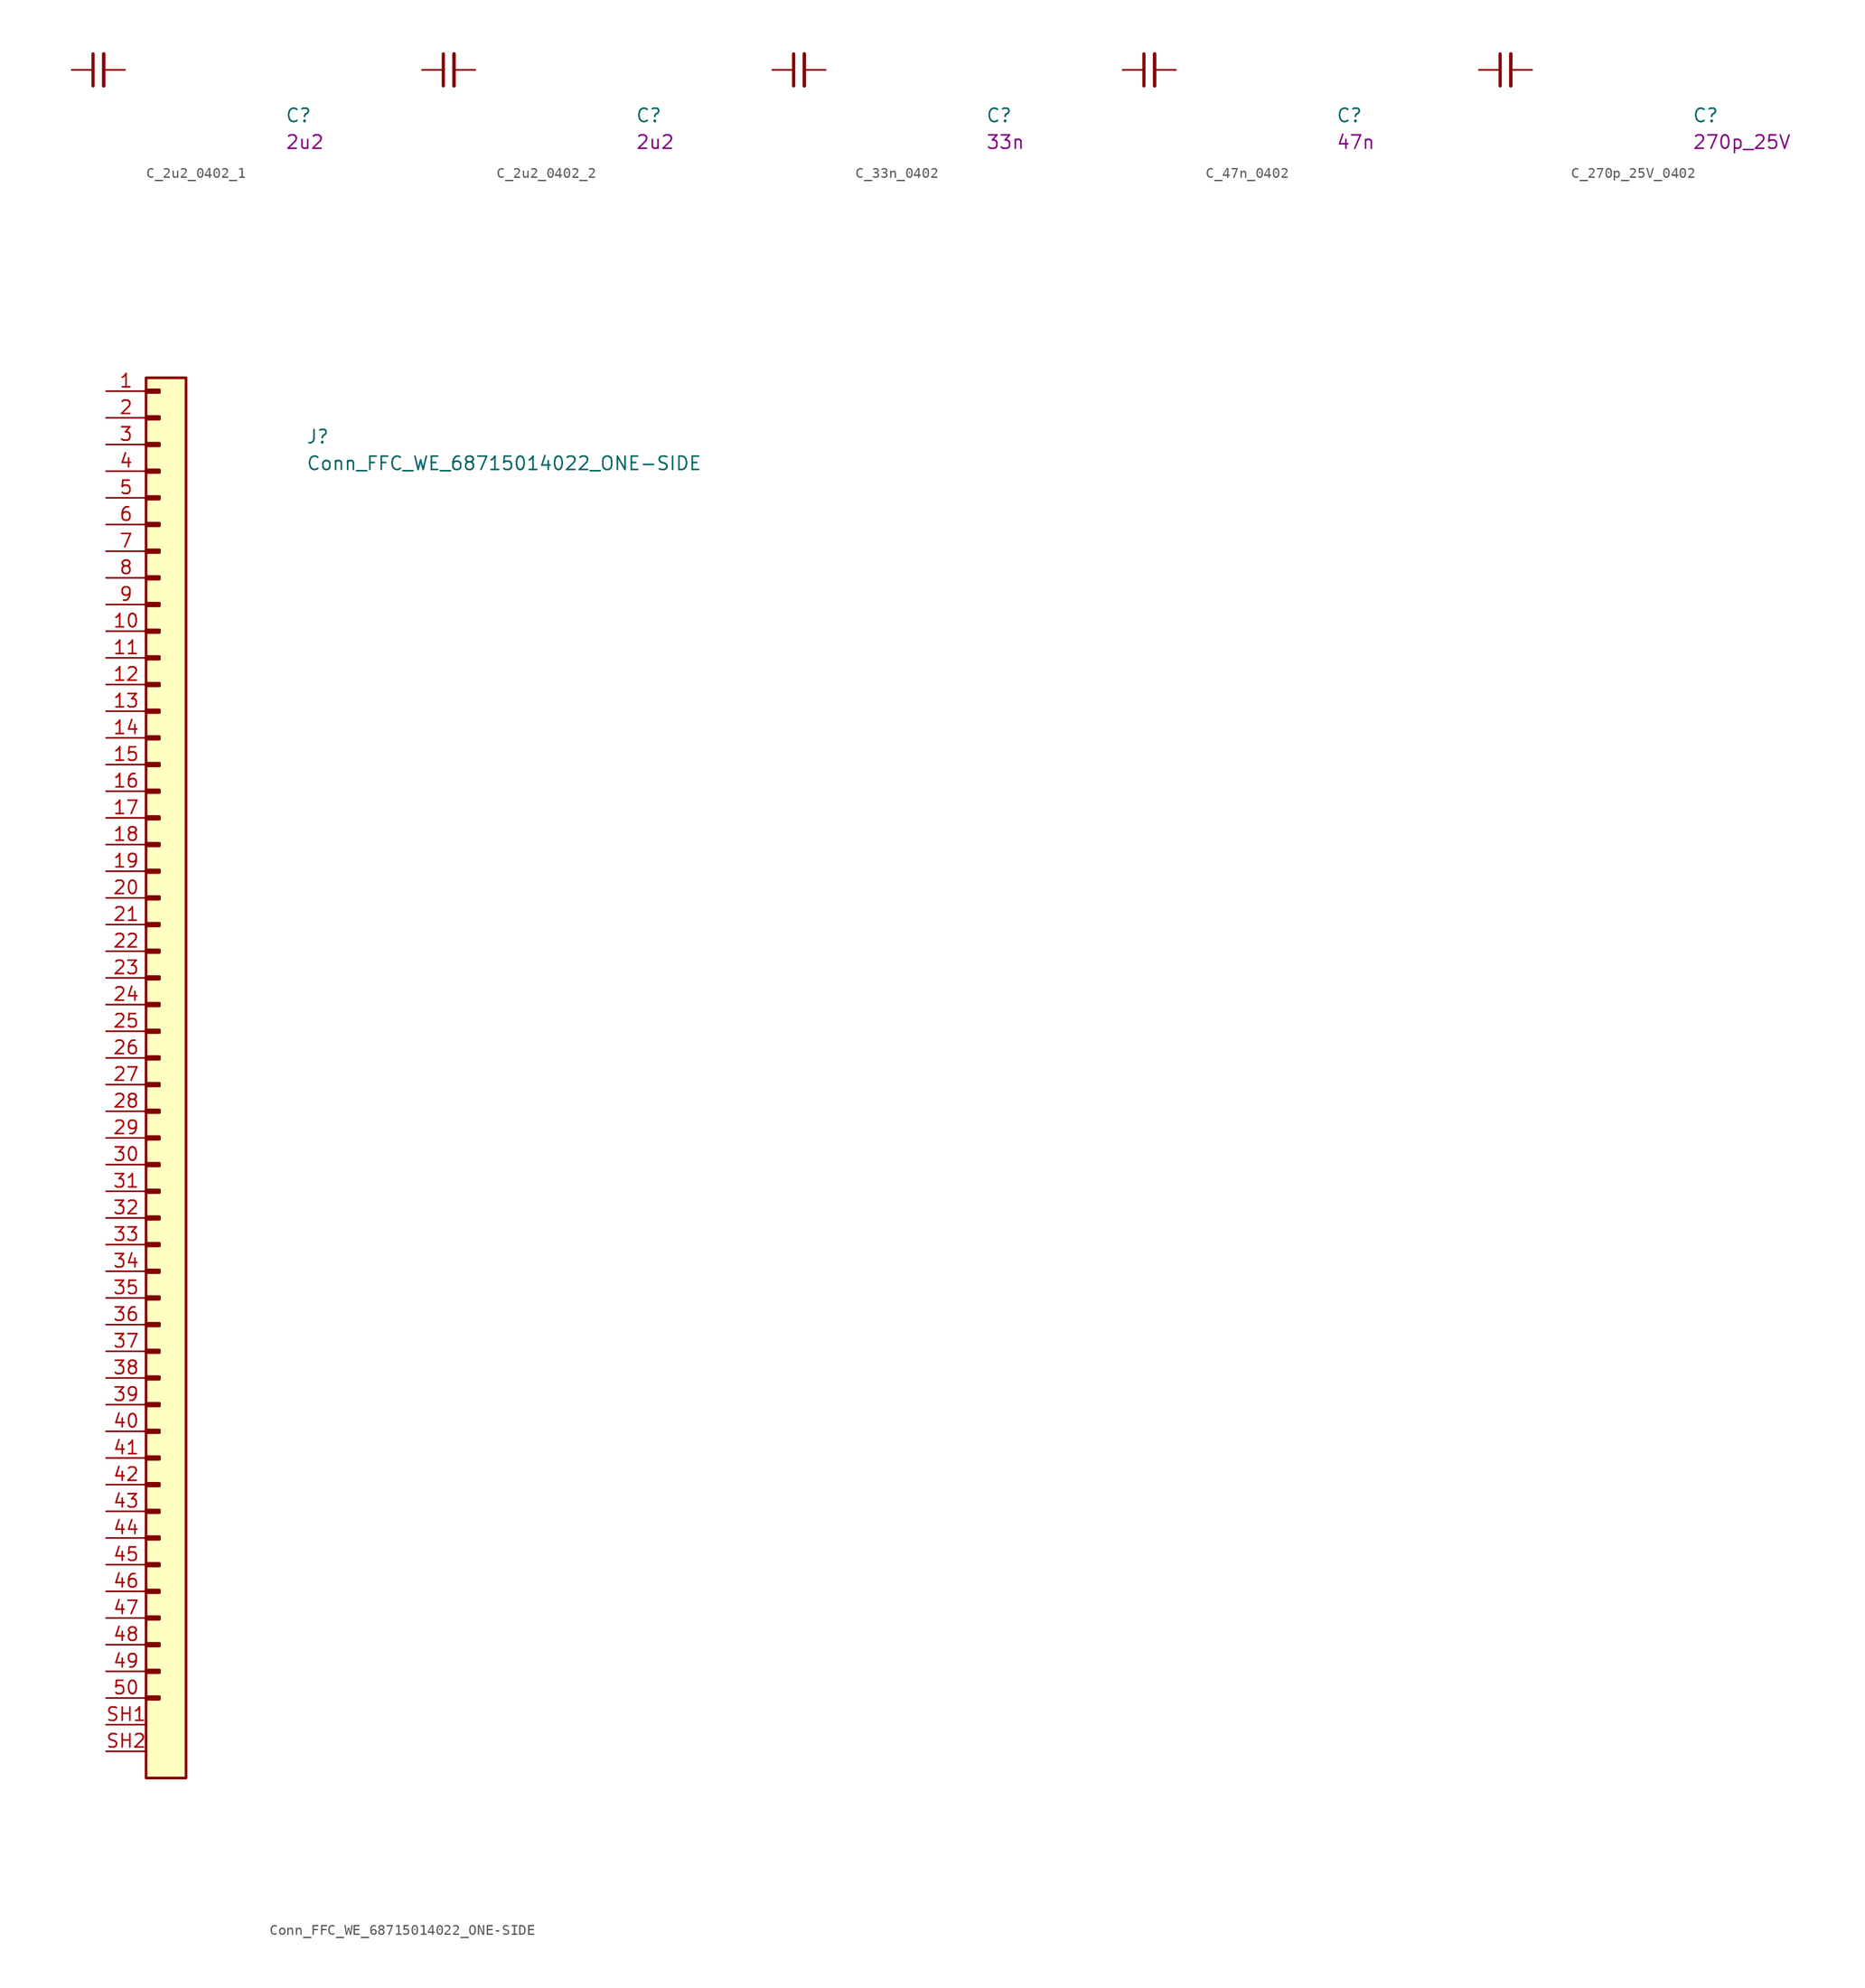
<source format=kicad_sym>
(kicad_symbol_lib
  (version 20231120)
  (generator "kicad_symbol_editor")
  (generator_version "8.0")
  (symbol "C_2u2_0402_1"
    (pin_numbers hide)
    (pin_names hide)
    (property "Reference" "C"
      (at 20.32 -5.08 0)
      (effects (font (size 1.27 1.27) (thickness 0.15)) (justify left bottom)))
    (property "Val" "2u2"
      (at 20.32 -7.62 0)
      (effects (font (size 1.27 1.27) (thickness 0.15)) (justify left bottom)))
    (symbol "C_2u2_0402_1_0_1"
      (polyline (pts (xy 2.032 -1.524) (xy 2.032 1.524)) (stroke (width 0.305) (type default)) (fill (type none)))
      (polyline (pts (xy 3.048 -1.524) (xy 3.048 1.524)) (stroke (width 0.33) (type default)) (fill (type none))))
    (symbol "C_2u2_0402_1_1_1"
      (pin passive line (at 0 0 0) (length 2.032) (name "~" (effects (font (size 1.27 1.27)))) (number "1" (effects (font (size 1.27 1.27)))))
      (pin passive line (at 5.08 0 180) (length 2.032) (name "~" (effects (font (size 1.27 1.27)))) (number "2" (effects (font (size 1.27 1.27)))))))
  (symbol "C_2u2_0402_2"
    (pin_numbers hide)
    (pin_names hide)
    (property "Reference" "C"
      (at 20.32 -5.08 0)
      (effects (font (size 1.27 1.27) (thickness 0.15)) (justify left bottom)))
    (property "Val" "2u2"
      (at 20.32 -7.62 0)
      (effects (font (size 1.27 1.27) (thickness 0.15)) (justify left bottom)))
    (symbol "C_2u2_0402_2_0_1"
      (polyline (pts (xy 2.032 -1.524) (xy 2.032 1.524)) (stroke (width 0.305) (type default)) (fill (type none)))
      (polyline (pts (xy 3.048 -1.524) (xy 3.048 1.524)) (stroke (width 0.33) (type default)) (fill (type none))))
    (symbol "C_2u2_0402_2_1_1"
      (pin passive line (at 0 0 0) (length 2.032) (name "~" (effects (font (size 1.27 1.27)))) (number "1" (effects (font (size 1.27 1.27)))))
      (pin passive line (at 5.08 0 180) (length 2.032) (name "~" (effects (font (size 1.27 1.27)))) (number "2" (effects (font (size 1.27 1.27)))))))
  (symbol "C_33n_0402"
    (pin_numbers hide)
    (pin_names hide)
    (property "Reference" "C"
      (at 20.32 -5.08 0)
      (effects (font (size 1.27 1.27) (thickness 0.15)) (justify left bottom)))
    (property "Val" "33n"
      (at 20.32 -7.62 0)
      (effects (font (size 1.27 1.27) (thickness 0.15)) (justify left bottom)))
    (symbol "C_33n_0402_0_1"
      (polyline (pts (xy 2.032 -1.524) (xy 2.032 1.524)) (stroke (width 0.305) (type default)) (fill (type none)))
      (polyline (pts (xy 3.048 -1.524) (xy 3.048 1.524)) (stroke (width 0.33) (type default)) (fill (type none))))
    (symbol "C_33n_0402_1_1"
      (pin passive line (at 0 0 0) (length 2.032) (name "~" (effects (font (size 1.27 1.27)))) (number "1" (effects (font (size 1.27 1.27)))))
      (pin passive line (at 5.08 0 180) (length 2.032) (name "~" (effects (font (size 1.27 1.27)))) (number "2" (effects (font (size 1.27 1.27)))))))
  (symbol "C_47n_0402"
    (pin_numbers hide)
    (pin_names hide)
    (property "Reference" "C"
      (at 20.32 -5.08 0)
      (effects (font (size 1.27 1.27) (thickness 0.15)) (justify left bottom)))
    (property "Val" "47n"
      (at 20.32 -7.62 0)
      (effects (font (size 1.27 1.27) (thickness 0.15)) (justify left bottom)))
    (symbol "C_47n_0402_0_1"
      (polyline (pts (xy 2.032 -1.524) (xy 2.032 1.524)) (stroke (width 0.305) (type default)) (fill (type none)))
      (polyline (pts (xy 3.048 -1.524) (xy 3.048 1.524)) (stroke (width 0.33) (type default)) (fill (type none))))
    (symbol "C_47n_0402_1_1"
      (pin passive line (at 0 0 0) (length 2.032) (name "~" (effects (font (size 1.27 1.27)))) (number "1" (effects (font (size 1.27 1.27)))))
      (pin passive line (at 5.08 0 180) (length 2.032) (name "~" (effects (font (size 1.27 1.27)))) (number "2" (effects (font (size 1.27 1.27)))))))
  (symbol "C_270p_25V_0402"
    (pin_numbers hide)
    (pin_names hide)
    (property "Reference" "C"
      (at 20.32 -5.08 0)
      (effects (font (size 1.27 1.27) (thickness 0.15)) (justify left bottom)))
    (property "Val" "270p_25V"
      (at 20.32 -7.62 0)
      (effects (font (size 1.27 1.27) (thickness 0.15)) (justify left bottom)))
    (symbol "C_270p_25V_0402_0_1"
      (polyline (pts (xy 2.032 -1.524) (xy 2.032 1.524)) (stroke (width 0.305) (type default)) (fill (type none)))
      (polyline (pts (xy 3.048 -1.524) (xy 3.048 1.524)) (stroke (width 0.33) (type default)) (fill (type none))))
    (symbol "C_270p_25V_0402_1_1"
      (pin passive line (at 0 0 0) (length 2.032) (name "~" (effects (font (size 1.27 1.27)))) (number "1" (effects (font (size 1.27 1.27)))))
      (pin passive line (at 5.08 0 180) (length 2.032) (name "~" (effects (font (size 1.27 1.27)))) (number "2" (effects (font (size 1.27 1.27)))))))
  (symbol "Conn_FFC_WE_68715014022_ONE-SIDE"
    (pin_names hide)
    (property "Reference" "J"
      (at 19.05 -5.08 0)
      (effects (font (size 1.27 1.27) (thickness 0.15)) (justify left bottom)))
    (property "Value" "Conn_FFC_WE_68715014022_ONE-SIDE"
      (at 19.05 -7.62 0)
      (effects (font (size 1.27 1.27) (thickness 0.15)) (justify left bottom)))
    (symbol "Conn_FFC_WE_68715014022_ONE-SIDE_1_1"
      (rectangle (start 3.81 -124.333) (end 5.08 -124.587) (stroke (width 0.254) (type default)) (fill (type background)))
      (rectangle (start 3.81 -121.793) (end 5.08 -122.047) (stroke (width 0.254) (type default)) (fill (type background)))
      (rectangle (start 3.81 -119.253) (end 5.08 -119.507) (stroke (width 0.254) (type default)) (fill (type background)))
      (rectangle (start 3.81 -116.713) (end 5.08 -116.967) (stroke (width 0.254) (type default)) (fill (type background)))
      (rectangle (start 3.81 -114.173) (end 5.08 -114.427) (stroke (width 0.254) (type default)) (fill (type background)))
      (rectangle (start 3.81 -111.633) (end 5.08 -111.887) (stroke (width 0.254) (type default)) (fill (type background)))
      (rectangle (start 3.81 -109.093) (end 5.08 -109.347) (stroke (width 0.254) (type default)) (fill (type background)))
      (rectangle (start 3.81 -106.553) (end 5.08 -106.807) (stroke (width 0.254) (type default)) (fill (type background)))
      (rectangle (start 3.81 -104.013) (end 5.08 -104.267) (stroke (width 0.254) (type default)) (fill (type background)))
      (rectangle (start 3.81 -101.473) (end 5.08 -101.727) (stroke (width 0.254) (type default)) (fill (type background)))
      (rectangle (start 3.81 -98.933) (end 5.08 -99.187) (stroke (width 0.254) (type default)) (fill (type background)))
      (rectangle (start 3.81 -96.393) (end 5.08 -96.647) (stroke (width 0.254) (type default)) (fill (type background)))
      (rectangle (start 3.81 -93.853) (end 5.08 -94.107) (stroke (width 0.254) (type default)) (fill (type background)))
      (rectangle (start 3.81 -91.313) (end 5.08 -91.567) (stroke (width 0.254) (type default)) (fill (type background)))
      (rectangle (start 3.81 -88.773) (end 5.08 -89.027) (stroke (width 0.254) (type default)) (fill (type background)))
      (rectangle (start 3.81 -86.233) (end 5.08 -86.487) (stroke (width 0.254) (type default)) (fill (type background)))
      (rectangle (start 3.81 -83.693) (end 5.08 -83.947) (stroke (width 0.254) (type default)) (fill (type background)))
      (rectangle (start 3.81 -81.153) (end 5.08 -81.407) (stroke (width 0.254) (type default)) (fill (type background)))
      (rectangle (start 3.81 -78.613) (end 5.08 -78.867) (stroke (width 0.254) (type default)) (fill (type background)))
      (rectangle (start 3.81 -76.073) (end 5.08 -76.327) (stroke (width 0.254) (type default)) (fill (type background)))
      (rectangle (start 3.81 -73.533) (end 5.08 -73.787) (stroke (width 0.254) (type default)) (fill (type background)))
      (rectangle (start 3.81 -70.993) (end 5.08 -71.247) (stroke (width 0.254) (type default)) (fill (type background)))
      (rectangle (start 3.81 -68.453) (end 5.08 -68.707) (stroke (width 0.254) (type default)) (fill (type background)))
      (rectangle (start 3.81 -65.913) (end 5.08 -66.167) (stroke (width 0.254) (type default)) (fill (type background)))
      (rectangle (start 3.81 -63.373) (end 5.08 -63.627) (stroke (width 0.254) (type default)) (fill (type background)))
      (rectangle (start 3.81 -60.833) (end 5.08 -61.087) (stroke (width 0.254) (type default)) (fill (type background)))
      (rectangle (start 3.81 -58.293) (end 5.08 -58.547) (stroke (width 0.254) (type default)) (fill (type background)))
      (rectangle (start 3.81 -55.753) (end 5.08 -56.007) (stroke (width 0.254) (type default)) (fill (type background)))
      (rectangle (start 3.81 -53.213) (end 5.08 -53.467) (stroke (width 0.254) (type default)) (fill (type background)))
      (rectangle (start 3.81 -50.673) (end 5.08 -50.927) (stroke (width 0.254) (type default)) (fill (type background)))
      (rectangle (start 3.81 -48.133) (end 5.08 -48.387) (stroke (width 0.254) (type default)) (fill (type background)))
      (rectangle (start 3.81 -45.593) (end 5.08 -45.847) (stroke (width 0.254) (type default)) (fill (type background)))
      (rectangle (start 3.81 -43.053) (end 5.08 -43.307) (stroke (width 0.254) (type default)) (fill (type background)))
      (rectangle (start 3.81 -40.513) (end 5.08 -40.767) (stroke (width 0.254) (type default)) (fill (type background)))
      (rectangle (start 3.81 -37.973) (end 5.08 -38.227) (stroke (width 0.254) (type default)) (fill (type background)))
      (rectangle (start 3.81 -35.433) (end 5.08 -35.687) (stroke (width 0.254) (type default)) (fill (type background)))
      (rectangle (start 3.81 -32.893) (end 5.08 -33.147) (stroke (width 0.254) (type default)) (fill (type background)))
      (rectangle (start 3.81 -30.353) (end 5.08 -30.607) (stroke (width 0.254) (type default)) (fill (type background)))
      (rectangle (start 3.81 -27.813) (end 5.08 -28.067) (stroke (width 0.254) (type default)) (fill (type background)))
      (rectangle (start 3.81 -25.273) (end 5.08 -25.527) (stroke (width 0.254) (type default)) (fill (type background)))
      (rectangle (start 3.81 -22.733) (end 5.08 -22.987) (stroke (width 0.254) (type default)) (fill (type background)))
      (rectangle (start 3.81 -20.193) (end 5.08 -20.447) (stroke (width 0.254) (type default)) (fill (type background)))
      (rectangle (start 3.81 -17.653) (end 5.08 -17.907) (stroke (width 0.254) (type default)) (fill (type background)))
      (rectangle (start 3.81 -15.113) (end 5.08 -15.367) (stroke (width 0.254) (type default)) (fill (type background)))
      (rectangle (start 3.81 -12.573) (end 5.08 -12.827) (stroke (width 0.254) (type default)) (fill (type background)))
      (rectangle (start 3.81 -10.033) (end 5.08 -10.287) (stroke (width 0.254) (type default)) (fill (type background)))
      (rectangle (start 3.81 -7.493) (end 5.08 -7.747) (stroke (width 0.254) (type default)) (fill (type background)))
      (rectangle (start 3.81 -4.953) (end 5.08 -5.207) (stroke (width 0.254) (type default)) (fill (type background)))
      (rectangle (start 3.81 -2.413) (end 5.08 -2.667) (stroke (width 0.254) (type default)) (fill (type background)))
      (rectangle (start 3.81 0.127) (end 5.08 -0.127) (stroke (width 0.254) (type default)) (fill (type background)))
      (rectangle (start 3.81 1.27) (end 7.62 -132.08) (stroke (width 0.254) (type default)) (fill (type background)))
      (pin passive line (at 0 0 0) (length 3.81) (name "~" (effects (font (size 1.27 1.27)))) (number "1" (effects (font (size 1.27 1.27)))))
      (pin passive line (at 0 -22.86 0) (length 3.81) (name "~" (effects (font (size 1.27 1.27)))) (number "10" (effects (font (size 1.27 1.27)))))
      (pin passive line (at 0 -25.4 0) (length 3.81) (name "~" (effects (font (size 1.27 1.27)))) (number "11" (effects (font (size 1.27 1.27)))))
      (pin passive line (at 0 -27.94 0) (length 3.81) (name "~" (effects (font (size 1.27 1.27)))) (number "12" (effects (font (size 1.27 1.27)))))
      (pin passive line (at 0 -30.48 0) (length 3.81) (name "~" (effects (font (size 1.27 1.27)))) (number "13" (effects (font (size 1.27 1.27)))))
      (pin passive line (at 0 -33.02 0) (length 3.81) (name "~" (effects (font (size 1.27 1.27)))) (number "14" (effects (font (size 1.27 1.27)))))
      (pin passive line (at 0 -35.56 0) (length 3.81) (name "~" (effects (font (size 1.27 1.27)))) (number "15" (effects (font (size 1.27 1.27)))))
      (pin passive line (at 0 -38.1 0) (length 3.81) (name "~" (effects (font (size 1.27 1.27)))) (number "16" (effects (font (size 1.27 1.27)))))
      (pin passive line (at 0 -40.64 0) (length 3.81) (name "~" (effects (font (size 1.27 1.27)))) (number "17" (effects (font (size 1.27 1.27)))))
      (pin passive line (at 0 -43.18 0) (length 3.81) (name "~" (effects (font (size 1.27 1.27)))) (number "18" (effects (font (size 1.27 1.27)))))
      (pin passive line (at 0 -45.72 0) (length 3.81) (name "~" (effects (font (size 1.27 1.27)))) (number "19" (effects (font (size 1.27 1.27)))))
      (pin passive line (at 0 -2.54 0) (length 3.81) (name "~" (effects (font (size 1.27 1.27)))) (number "2" (effects (font (size 1.27 1.27)))))
      (pin passive line (at 0 -48.26 0) (length 3.81) (name "~" (effects (font (size 1.27 1.27)))) (number "20" (effects (font (size 1.27 1.27)))))
      (pin passive line (at 0 -50.8 0) (length 3.81) (name "~" (effects (font (size 1.27 1.27)))) (number "21" (effects (font (size 1.27 1.27)))))
      (pin passive line (at 0 -53.34 0) (length 3.81) (name "~" (effects (font (size 1.27 1.27)))) (number "22" (effects (font (size 1.27 1.27)))))
      (pin passive line (at 0 -55.88 0) (length 3.81) (name "~" (effects (font (size 1.27 1.27)))) (number "23" (effects (font (size 1.27 1.27)))))
      (pin passive line (at 0 -58.42 0) (length 3.81) (name "~" (effects (font (size 1.27 1.27)))) (number "24" (effects (font (size 1.27 1.27)))))
      (pin passive line (at 0 -60.96 0) (length 3.81) (name "~" (effects (font (size 1.27 1.27)))) (number "25" (effects (font (size 1.27 1.27)))))
      (pin passive line (at 0 -63.5 0) (length 3.81) (name "~" (effects (font (size 1.27 1.27)))) (number "26" (effects (font (size 1.27 1.27)))))
      (pin passive line (at 0 -66.04 0) (length 3.81) (name "~" (effects (font (size 1.27 1.27)))) (number "27" (effects (font (size 1.27 1.27)))))
      (pin passive line (at 0 -68.58 0) (length 3.81) (name "~" (effects (font (size 1.27 1.27)))) (number "28" (effects (font (size 1.27 1.27)))))
      (pin passive line (at 0 -71.12 0) (length 3.81) (name "~" (effects (font (size 1.27 1.27)))) (number "29" (effects (font (size 1.27 1.27)))))
      (pin passive line (at 0 -5.08 0) (length 3.81) (name "~" (effects (font (size 1.27 1.27)))) (number "3" (effects (font (size 1.27 1.27)))))
      (pin passive line (at 0 -73.66 0) (length 3.81) (name "~" (effects (font (size 1.27 1.27)))) (number "30" (effects (font (size 1.27 1.27)))))
      (pin passive line (at 0 -76.2 0) (length 3.81) (name "~" (effects (font (size 1.27 1.27)))) (number "31" (effects (font (size 1.27 1.27)))))
      (pin passive line (at 0 -78.74 0) (length 3.81) (name "~" (effects (font (size 1.27 1.27)))) (number "32" (effects (font (size 1.27 1.27)))))
      (pin passive line (at 0 -81.28 0) (length 3.81) (name "~" (effects (font (size 1.27 1.27)))) (number "33" (effects (font (size 1.27 1.27)))))
      (pin passive line (at 0 -83.82 0) (length 3.81) (name "~" (effects (font (size 1.27 1.27)))) (number "34" (effects (font (size 1.27 1.27)))))
      (pin passive line (at 0 -86.36 0) (length 3.81) (name "~" (effects (font (size 1.27 1.27)))) (number "35" (effects (font (size 1.27 1.27)))))
      (pin passive line (at 0 -88.9 0) (length 3.81) (name "~" (effects (font (size 1.27 1.27)))) (number "36" (effects (font (size 1.27 1.27)))))
      (pin passive line (at 0 -91.44 0) (length 3.81) (name "~" (effects (font (size 1.27 1.27)))) (number "37" (effects (font (size 1.27 1.27)))))
      (pin passive line (at 0 -93.98 0) (length 3.81) (name "~" (effects (font (size 1.27 1.27)))) (number "38" (effects (font (size 1.27 1.27)))))
      (pin passive line (at 0 -96.52 0) (length 3.81) (name "~" (effects (font (size 1.27 1.27)))) (number "39" (effects (font (size 1.27 1.27)))))
      (pin passive line (at 0 -7.62 0) (length 3.81) (name "~" (effects (font (size 1.27 1.27)))) (number "4" (effects (font (size 1.27 1.27)))))
      (pin passive line (at 0 -99.06 0) (length 3.81) (name "~" (effects (font (size 1.27 1.27)))) (number "40" (effects (font (size 1.27 1.27)))))
      (pin passive line (at 0 -101.6 0) (length 3.81) (name "~" (effects (font (size 1.27 1.27)))) (number "41" (effects (font (size 1.27 1.27)))))
      (pin passive line (at 0 -104.14 0) (length 3.81) (name "~" (effects (font (size 1.27 1.27)))) (number "42" (effects (font (size 1.27 1.27)))))
      (pin passive line (at 0 -106.68 0) (length 3.81) (name "~" (effects (font (size 1.27 1.27)))) (number "43" (effects (font (size 1.27 1.27)))))
      (pin passive line (at 0 -109.22 0) (length 3.81) (name "~" (effects (font (size 1.27 1.27)))) (number "44" (effects (font (size 1.27 1.27)))))
      (pin passive line (at 0 -111.76 0) (length 3.81) (name "~" (effects (font (size 1.27 1.27)))) (number "45" (effects (font (size 1.27 1.27)))))
      (pin passive line (at 0 -114.3 0) (length 3.81) (name "~" (effects (font (size 1.27 1.27)))) (number "46" (effects (font (size 1.27 1.27)))))
      (pin passive line (at 0 -116.84 0) (length 3.81) (name "~" (effects (font (size 1.27 1.27)))) (number "47" (effects (font (size 1.27 1.27)))))
      (pin passive line (at 0 -119.38 0) (length 3.81) (name "~" (effects (font (size 1.27 1.27)))) (number "48" (effects (font (size 1.27 1.27)))))
      (pin passive line (at 0 -121.92 0) (length 3.81) (name "~" (effects (font (size 1.27 1.27)))) (number "49" (effects (font (size 1.27 1.27)))))
      (pin passive line (at 0 -10.16 0) (length 3.81) (name "~" (effects (font (size 1.27 1.27)))) (number "5" (effects (font (size 1.27 1.27)))))
      (pin passive line (at 0 -124.46 0) (length 3.81) (name "~" (effects (font (size 1.27 1.27)))) (number "50" (effects (font (size 1.27 1.27)))))
      (pin passive line (at 0 -12.7 0) (length 3.81) (name "~" (effects (font (size 1.27 1.27)))) (number "6" (effects (font (size 1.27 1.27)))))
      (pin passive line (at 0 -15.24 0) (length 3.81) (name "~" (effects (font (size 1.27 1.27)))) (number "7" (effects (font (size 1.27 1.27)))))
      (pin passive line (at 0 -17.78 0) (length 3.81) (name "~" (effects (font (size 1.27 1.27)))) (number "8" (effects (font (size 1.27 1.27)))))
      (pin passive line (at 0 -20.32 0) (length 3.81) (name "~" (effects (font (size 1.27 1.27)))) (number "9" (effects (font (size 1.27 1.27)))))
      (pin passive line (at 0 -127 0) (length 3.81) (name "SH" (effects (font (size 1.27 1.27)))) (number "SH1" (effects (font (size 1.27 1.27)))))
      (pin passive line (at 0 -129.54 0) (length 3.81) (name "SH" (effects (font (size 1.27 1.27)))) (number "SH2" (effects (font (size 1.27 1.27))))))))
</source>
